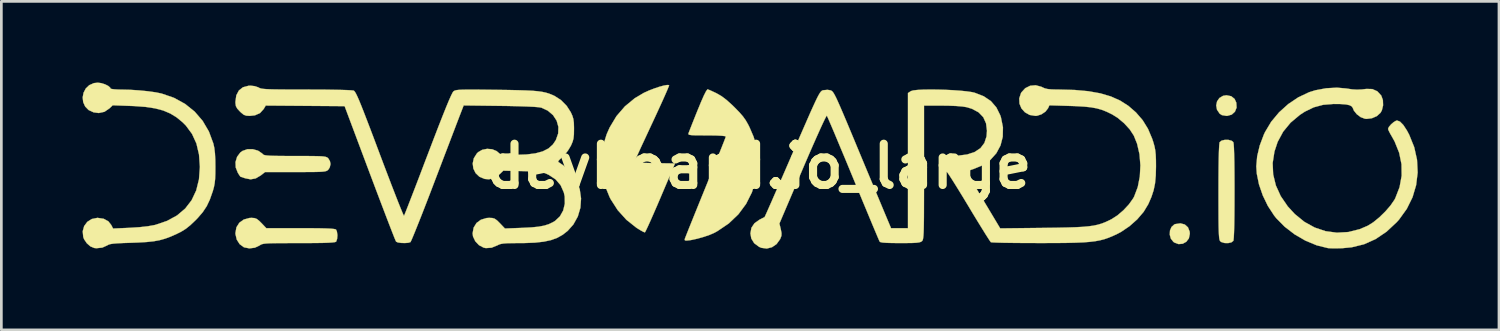
<source format=kicad_pcb>
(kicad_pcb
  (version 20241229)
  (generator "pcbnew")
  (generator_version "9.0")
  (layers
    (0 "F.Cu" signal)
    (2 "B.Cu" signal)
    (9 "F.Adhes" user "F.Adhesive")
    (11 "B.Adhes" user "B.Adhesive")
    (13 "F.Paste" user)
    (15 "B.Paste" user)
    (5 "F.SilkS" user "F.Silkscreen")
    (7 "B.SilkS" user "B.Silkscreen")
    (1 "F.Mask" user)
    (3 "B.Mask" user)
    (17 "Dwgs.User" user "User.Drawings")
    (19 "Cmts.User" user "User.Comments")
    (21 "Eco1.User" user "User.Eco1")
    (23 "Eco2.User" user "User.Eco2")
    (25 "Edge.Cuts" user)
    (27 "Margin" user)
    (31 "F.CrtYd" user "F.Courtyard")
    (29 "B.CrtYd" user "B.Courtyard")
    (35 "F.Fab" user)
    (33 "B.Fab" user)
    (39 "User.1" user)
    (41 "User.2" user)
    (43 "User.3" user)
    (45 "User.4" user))
  (footprint "devboard.io_large"
    (layer "F.Cu")
    (at 24.995 3.095)
    (property "Reference" "devboard.io_large" (at 0 0 0) (layer "F.SilkS") (effects (font (size 1.524 1.524) (thickness 0.3))))
    (attr through_hole)
    (fp_poly (pts (xy 17.447 -2.59) (xy 17.573 -2.488) (xy 17.635 -2.351) (xy 17.645 -2.169) (xy 17.584 -2.018) (xy 17.466 -1.911) (xy 17.301 -1.864) (xy 17.272 -1.863) (xy 17.102 -1.892) (xy 17.019 -1.946) (xy 16.921 -2.092) (xy 16.892 -2.25) (xy 16.924 -2.4) (xy 17.011 -2.525) (xy 17.146 -2.605) (xy 17.272 -2.625) (xy 17.447 -2.59)) (stroke (width 0.01) (type solid)) (fill yes) (layer "F.SilkS"))
    (fp_poly (pts (xy 15.732 2.15) (xy 15.849 2.255) (xy 15.911 2.414) (xy 15.917 2.494) (xy 15.882 2.662) (xy 15.788 2.787) (xy 15.654 2.861) (xy 15.5 2.874) (xy 15.345 2.816) (xy 15.311 2.792) (xy 15.217 2.674) (xy 15.176 2.527) (xy 15.184 2.374) (xy 15.241 2.24) (xy 15.342 2.149) (xy 15.377 2.135) (xy 15.57 2.107) (xy 15.732 2.15)) (stroke (width 0.01) (type solid)) (fill yes) (layer "F.SilkS"))
    (fp_poly (pts (xy 17.347 -0.976) (xy 17.463 -0.944) (xy 17.525 -0.892) (xy 17.537 -0.826) (xy 17.547 -0.678) (xy 17.555 -0.451) (xy 17.562 -0.148) (xy 17.566 0.229) (xy 17.568 0.675) (xy 17.568 0.931) (xy 17.567 1.413) (xy 17.564 1.826) (xy 17.559 2.167) (xy 17.551 2.434) (xy 17.542 2.622) (xy 17.531 2.731) (xy 17.525 2.754) (xy 17.453 2.81) (xy 17.333 2.837) (xy 17.2 2.834) (xy 17.084 2.799) (xy 17.042 2.77) (xy 17.026 2.745) (xy 17.012 2.702) (xy 17.001 2.633) (xy 16.993 2.53) (xy 16.986 2.386) (xy 16.981 2.193) (xy 16.978 1.943) (xy 16.977 1.629) (xy 16.976 1.243) (xy 16.976 0.947) (xy 16.977 0.462) (xy 16.98 0.047) (xy 16.985 -0.297) (xy 16.993 -0.565) (xy 17.002 -0.756) (xy 17.013 -0.867) (xy 17.019 -0.892) (xy 17.093 -0.95) (xy 17.212 -0.978) (xy 17.347 -0.976)) (stroke (width 0.01) (type solid)) (fill yes) (layer "F.SilkS"))
    (fp_poly (pts (xy -18.639 1.913) (xy -18.553 1.947) (xy -18.459 2.023) (xy -18.387 2.095) (xy -18.205 2.286) (xy -16.943 2.286) (xy -16.549 2.287) (xy -16.234 2.29) (xy -15.992 2.296) (xy -15.816 2.304) (xy -15.7 2.316) (xy -15.64 2.33) (xy -15.629 2.337) (xy -15.597 2.409) (xy -15.58 2.526) (xy -15.579 2.561) (xy -15.59 2.683) (xy -15.62 2.772) (xy -15.629 2.786) (xy -15.67 2.801) (xy -15.762 2.813) (xy -15.912 2.823) (xy -16.124 2.83) (xy -16.406 2.834) (xy -16.763 2.836) (xy -17.007 2.836) (xy -17.378 2.837) (xy -17.674 2.838) (xy -17.904 2.84) (xy -18.078 2.844) (xy -18.205 2.851) (xy -18.296 2.861) (xy -18.359 2.875) (xy -18.405 2.893) (xy -18.442 2.916) (xy -18.453 2.924) (xy -18.628 3.007) (xy -18.83 3.032) (xy -19.022 2.995) (xy -19.039 2.987) (xy -19.191 2.875) (xy -19.298 2.706) (xy -19.345 2.502) (xy -19.346 2.462) (xy -19.309 2.253) (xy -19.203 2.085) (xy -19.039 1.967) (xy -18.829 1.909) (xy -18.749 1.905) (xy -18.639 1.913)) (stroke (width 0.01) (type solid)) (fill yes) (layer "F.SilkS"))
    (fp_poly (pts (xy -18.513 -0.579) (xy -18.357 -0.474) (xy -18.333 -0.447) (xy -18.306 -0.427) (xy -18.258 -0.411) (xy -18.179 -0.4) (xy -18.059 -0.391) (xy -17.889 -0.386) (xy -17.659 -0.383) (xy -17.36 -0.381) (xy -17.14 -0.381) (xy -16.799 -0.381) (xy -16.533 -0.379) (xy -16.331 -0.376) (xy -16.183 -0.371) (xy -16.08 -0.362) (xy -16.01 -0.349) (xy -15.964 -0.332) (xy -15.932 -0.31) (xy -15.917 -0.296) (xy -15.854 -0.19) (xy -15.833 -0.085) (xy -15.861 0.04) (xy -15.917 0.127) (xy -15.947 0.152) (xy -15.985 0.172) (xy -16.042 0.187) (xy -16.127 0.198) (xy -16.252 0.205) (xy -16.427 0.209) (xy -16.661 0.211) (xy -16.965 0.212) (xy -17.126 0.212) (xy -18.251 0.212) (xy -18.407 0.334) (xy -18.597 0.447) (xy -18.786 0.481) (xy -18.986 0.442) (xy -19.092 0.405) (xy -19.156 0.384) (xy -19.163 0.382) (xy -19.187 0.349) (xy -19.239 0.269) (xy -19.258 0.238) (xy -19.335 0.044) (xy -19.343 -0.159) (xy -19.285 -0.35) (xy -19.168 -0.508) (xy -19.086 -0.568) (xy -18.907 -0.631) (xy -18.706 -0.633) (xy -18.513 -0.579)) (stroke (width 0.01) (type solid)) (fill yes) (layer "F.SilkS"))
    (fp_poly (pts (xy -3.325 -3) (xy -3.322 -2.997) (xy -3.334 -2.955) (xy -3.379 -2.846) (xy -3.452 -2.677) (xy -3.55 -2.457) (xy -3.669 -2.195) (xy -3.805 -1.9) (xy -3.953 -1.581) (xy -3.958 -1.572) (xy -4.107 -1.251) (xy -4.245 -0.955) (xy -4.367 -0.693) (xy -4.468 -0.472) (xy -4.546 -0.302) (xy -4.596 -0.191) (xy -4.614 -0.148) (xy -4.614 -0.148) (xy -4.574 -0.141) (xy -4.463 -0.134) (xy -4.294 -0.128) (xy -4.08 -0.122) (xy -3.859 -0.117) (xy -3.104 -0.106) (xy -3.643 1.163) (xy -3.774 1.469) (xy -3.896 1.749) (xy -4.004 1.994) (xy -4.095 2.195) (xy -4.164 2.342) (xy -4.206 2.425) (xy -4.218 2.441) (xy -4.268 2.424) (xy -4.369 2.37) (xy -4.499 2.29) (xy -4.53 2.27) (xy -4.9 1.976) (xy -5.221 1.62) (xy -5.483 1.213) (xy -5.523 1.133) (xy -5.712 0.668) (xy -5.817 0.206) (xy -5.838 -0.256) (xy -5.775 -0.72) (xy -5.628 -1.189) (xy -5.517 -1.438) (xy -5.268 -1.853) (xy -4.955 -2.216) (xy -4.586 -2.52) (xy -4.255 -2.715) (xy -4.073 -2.798) (xy -3.879 -2.873) (xy -3.69 -2.937) (xy -3.522 -2.983) (xy -3.395 -3.005) (xy -3.325 -3)) (stroke (width 0.01) (type solid)) (fill yes) (layer "F.SilkS"))
    (fp_poly (pts (xy -1.833 -2.819) (xy -1.718 -2.768) (xy -1.575 -2.701) (xy -1.566 -2.696) (xy -1.387 -2.593) (xy -1.197 -2.449) (xy -0.979 -2.252) (xy -0.907 -2.181) (xy -0.726 -1.996) (xy -0.593 -1.843) (xy -0.49 -1.698) (xy -0.4 -1.54) (xy -0.35 -1.439) (xy -0.201 -1.092) (xy -0.105 -0.774) (xy -0.057 -0.455) (xy -0.05 -0.106) (xy -0.054 -0.01) (xy -0.12 0.492) (xy -0.262 0.96) (xy -0.478 1.388) (xy -0.763 1.773) (xy -1.116 2.109) (xy -1.532 2.391) (xy -1.674 2.468) (xy -1.838 2.538) (xy -2.052 2.61) (xy -2.28 2.674) (xy -2.489 2.72) (xy -2.556 2.731) (xy -2.679 2.744) (xy -2.736 2.738) (xy -2.747 2.707) (xy -2.742 2.681) (xy -2.722 2.627) (xy -2.673 2.503) (xy -2.599 2.316) (xy -2.502 2.076) (xy -2.387 1.79) (xy -2.255 1.465) (xy -2.112 1.112) (xy -1.974 0.773) (xy -1.823 0.401) (xy -1.682 0.053) (xy -1.554 -0.264) (xy -1.443 -0.542) (xy -1.352 -0.772) (xy -1.283 -0.947) (xy -1.241 -1.059) (xy -1.228 -1.1) (xy -1.269 -1.117) (xy -1.391 -1.13) (xy -1.588 -1.139) (xy -1.855 -1.143) (xy -1.929 -1.143) (xy -2.188 -1.144) (xy -2.373 -1.146) (xy -2.496 -1.152) (xy -2.57 -1.163) (xy -2.604 -1.179) (xy -2.61 -1.202) (xy -2.607 -1.217) (xy -2.584 -1.278) (xy -2.535 -1.404) (xy -2.465 -1.582) (xy -2.379 -1.798) (xy -2.282 -2.04) (xy -2.268 -2.074) (xy -2.141 -2.381) (xy -2.04 -2.611) (xy -1.963 -2.763) (xy -1.912 -2.837) (xy -1.897 -2.844) (xy -1.833 -2.819)) (stroke (width 0.01) (type solid)) (fill yes) (layer "F.SilkS"))
    (fp_poly (pts (xy -24.301 -3.073) (xy -24.163 -3.029) (xy -24.046 -2.97) (xy -23.973 -2.907) (xy -23.961 -2.875) (xy -23.921 -2.858) (xy -23.816 -2.845) (xy -23.664 -2.836) (xy -23.569 -2.835) (xy -23.237 -2.827) (xy -22.898 -2.805) (xy -22.575 -2.773) (xy -22.29 -2.733) (xy -22.077 -2.689) (xy -21.617 -2.531) (xy -21.208 -2.307) (xy -20.853 -2.022) (xy -20.558 -1.68) (xy -20.326 -1.285) (xy -20.162 -0.842) (xy -20.162 -0.842) (xy -20.126 -0.678) (xy -20.103 -0.483) (xy -20.09 -0.238) (xy -20.087 0.021) (xy -20.089 0.279) (xy -20.097 0.474) (xy -20.114 0.63) (xy -20.141 0.769) (xy -20.181 0.914) (xy -20.187 0.93) (xy -20.292 1.23) (xy -20.408 1.474) (xy -20.552 1.691) (xy -20.74 1.91) (xy -20.829 2.001) (xy -21.015 2.177) (xy -21.178 2.308) (xy -21.349 2.414) (xy -21.515 2.497) (xy -21.74 2.597) (xy -21.945 2.673) (xy -22.149 2.73) (xy -22.369 2.77) (xy -22.625 2.797) (xy -22.934 2.815) (xy -23.197 2.825) (xy -23.483 2.834) (xy -23.696 2.844) (xy -23.85 2.856) (xy -23.957 2.872) (xy -24.031 2.893) (xy -24.083 2.921) (xy -24.086 2.923) (xy -24.266 3.004) (xy -24.48 3.026) (xy -24.562 3.018) (xy -24.703 2.96) (xy -24.837 2.843) (xy -24.938 2.694) (xy -24.969 2.612) (xy -24.989 2.4) (xy -24.936 2.209) (xy -24.821 2.053) (xy -24.655 1.947) (xy -24.449 1.905) (xy -24.436 1.905) (xy -24.214 1.938) (xy -24.042 2.032) (xy -23.936 2.166) (xy -23.867 2.299) (xy -23.246 2.272) (xy -22.889 2.249) (xy -22.578 2.214) (xy -22.333 2.17) (xy -22.303 2.163) (xy -21.871 2.016) (xy -21.503 1.815) (xy -21.201 1.559) (xy -20.964 1.251) (xy -20.795 0.892) (xy -20.693 0.481) (xy -20.659 0.023) (xy -20.692 -0.436) (xy -20.787 -0.841) (xy -20.949 -1.196) (xy -21.176 -1.504) (xy -21.292 -1.621) (xy -21.516 -1.806) (xy -21.752 -1.951) (xy -22.013 -2.062) (xy -22.313 -2.141) (xy -22.665 -2.195) (xy -23.082 -2.226) (xy -23.212 -2.231) (xy -23.881 -2.255) (xy -23.998 -2.143) (xy -24.185 -2.015) (xy -24.395 -1.969) (xy -24.587 -1.994) (xy -24.772 -2.08) (xy -24.899 -2.211) (xy -24.971 -2.371) (xy -24.99 -2.545) (xy -24.958 -2.718) (xy -24.877 -2.874) (xy -24.749 -2.997) (xy -24.577 -3.074) (xy -24.432 -3.09) (xy -24.301 -3.073)) (stroke (width 0.01) (type solid)) (fill yes) (layer "F.SilkS"))
    (fp_poly (pts (xy 21.696 -2.876) (xy 21.915 -2.843) (xy 22.093 -2.832) (xy 22.272 -2.84) (xy 22.442 -2.86) (xy 22.662 -2.854) (xy 22.845 -2.772) (xy 22.989 -2.616) (xy 22.991 -2.612) (xy 23.051 -2.447) (xy 23.058 -2.253) (xy 23.013 -2.068) (xy 22.962 -1.977) (xy 22.826 -1.855) (xy 22.644 -1.776) (xy 22.449 -1.752) (xy 22.387 -1.758) (xy 22.23 -1.817) (xy 22.085 -1.926) (xy 21.978 -2.06) (xy 21.946 -2.14) (xy 21.907 -2.208) (xy 21.825 -2.256) (xy 21.689 -2.286) (xy 21.489 -2.301) (xy 21.23 -2.304) (xy 20.844 -2.273) (xy 20.497 -2.18) (xy 20.165 -2.019) (xy 19.985 -1.902) (xy 19.639 -1.612) (xy 19.365 -1.279) (xy 19.161 -0.9) (xy 19.044 -0.546) (xy 18.978 -0.122) (xy 18.996 0.297) (xy 19.096 0.707) (xy 19.276 1.102) (xy 19.534 1.479) (xy 19.793 1.761) (xy 20.148 2.05) (xy 20.531 2.262) (xy 20.934 2.397) (xy 21.351 2.452) (xy 21.774 2.428) (xy 22.196 2.322) (xy 22.49 2.196) (xy 22.695 2.068) (xy 22.917 1.887) (xy 23.136 1.674) (xy 23.329 1.452) (xy 23.475 1.241) (xy 23.508 1.18) (xy 23.667 0.77) (xy 23.744 0.349) (xy 23.739 -0.077) (xy 23.652 -0.501) (xy 23.485 -0.916) (xy 23.392 -1.084) (xy 23.316 -1.216) (xy 23.262 -1.323) (xy 23.241 -1.382) (xy 23.273 -1.456) (xy 23.351 -1.548) (xy 23.45 -1.633) (xy 23.541 -1.686) (xy 23.574 -1.693) (xy 23.683 -1.652) (xy 23.805 -1.528) (xy 23.94 -1.322) (xy 24.023 -1.166) (xy 24.208 -0.708) (xy 24.312 -0.24) (xy 24.335 0.23) (xy 24.279 0.694) (xy 24.146 1.143) (xy 23.935 1.57) (xy 23.649 1.967) (xy 23.561 2.065) (xy 23.184 2.417) (xy 22.782 2.688) (xy 22.354 2.88) (xy 21.897 2.992) (xy 21.553 3.025) (xy 21.361 3.03) (xy 21.186 3.03) (xy 21.057 3.025) (xy 21.018 3.021) (xy 20.605 2.919) (xy 20.188 2.746) (xy 19.788 2.514) (xy 19.423 2.233) (xy 19.11 1.916) (xy 19.03 1.815) (xy 18.8 1.463) (xy 18.612 1.074) (xy 18.473 0.67) (xy 18.392 0.274) (xy 18.373 0) (xy 18.406 -0.371) (xy 18.5 -0.768) (xy 18.65 -1.167) (xy 18.696 -1.265) (xy 18.923 -1.645) (xy 19.214 -1.994) (xy 19.554 -2.3) (xy 19.928 -2.551) (xy 20.323 -2.737) (xy 20.553 -2.809) (xy 20.955 -2.884) (xy 21.351 -2.906) (xy 21.696 -2.876)) (stroke (width 0.01) (type solid)) (fill yes) (layer "F.SilkS"))
    (fp_poly (pts (xy -18.633 -2.962) (xy -18.502 -2.918) (xy -18.485 -2.908) (xy -18.45 -2.89) (xy -18.402 -2.875) (xy -18.331 -2.863) (xy -18.23 -2.854) (xy -18.09 -2.847) (xy -17.904 -2.842) (xy -17.663 -2.839) (xy -17.358 -2.837) (xy -16.982 -2.836) (xy -16.726 -2.836) (xy -16.357 -2.835) (xy -16.011 -2.833) (xy -15.7 -2.828) (xy -15.431 -2.823) (xy -15.216 -2.816) (xy -15.064 -2.808) (xy -14.985 -2.8) (xy -14.978 -2.798) (xy -14.954 -2.781) (xy -14.924 -2.741) (xy -14.886 -2.675) (xy -14.838 -2.575) (xy -14.777 -2.436) (xy -14.702 -2.253) (xy -14.609 -2.019) (xy -14.497 -1.729) (xy -14.362 -1.377) (xy -14.203 -0.957) (xy -14.018 -0.464) (xy -14.013 -0.45) (xy -13.855 -0.032) (xy -13.705 0.362) (xy -13.567 0.723) (xy -13.442 1.045) (xy -13.334 1.321) (xy -13.244 1.544) (xy -13.177 1.707) (xy -13.134 1.804) (xy -13.118 1.829) (xy -13.098 1.785) (xy -13.051 1.669) (xy -12.98 1.488) (xy -12.887 1.249) (xy -12.775 0.96) (xy -12.647 0.628) (xy -12.506 0.259) (xy -12.355 -0.139) (xy -12.238 -0.445) (xy -12.028 -0.995) (xy -11.846 -1.467) (xy -11.69 -1.864) (xy -11.561 -2.186) (xy -11.457 -2.436) (xy -11.377 -2.615) (xy -11.322 -2.725) (xy -11.293 -2.766) (xy -11.264 -2.787) (xy -11.226 -2.803) (xy -11.17 -2.816) (xy -11.087 -2.825) (xy -10.969 -2.831) (xy -10.808 -2.834) (xy -10.593 -2.834) (xy -10.318 -2.833) (xy -9.972 -2.829) (xy -9.695 -2.826) (xy -9.262 -2.82) (xy -8.903 -2.812) (xy -8.609 -2.803) (xy -8.37 -2.791) (xy -8.176 -2.774) (xy -8.017 -2.752) (xy -7.884 -2.724) (xy -7.766 -2.689) (xy -7.654 -2.645) (xy -7.554 -2.6) (xy -7.316 -2.446) (xy -7.107 -2.234) (xy -6.956 -1.999) (xy -6.896 -1.866) (xy -6.86 -1.747) (xy -6.842 -1.611) (xy -6.837 -1.427) (xy -6.837 -1.376) (xy -6.84 -1.177) (xy -6.855 -1.033) (xy -6.886 -0.913) (xy -6.94 -0.785) (xy -6.956 -0.753) (xy -7.06 -0.581) (xy -7.192 -0.415) (xy -7.265 -0.343) (xy -7.369 -0.249) (xy -7.417 -0.194) (xy -7.416 -0.161) (xy -7.373 -0.131) (xy -7.361 -0.124) (xy -7.222 -0.027) (xy -7.065 0.116) (xy -6.913 0.281) (xy -6.792 0.441) (xy -6.75 0.512) (xy -6.625 0.845) (xy -6.576 1.188) (xy -6.6 1.529) (xy -6.696 1.854) (xy -6.86 2.149) (xy -7.069 2.384) (xy -7.254 2.529) (xy -7.455 2.642) (xy -7.684 2.726) (xy -7.954 2.784) (xy -8.277 2.82) (xy -8.666 2.835) (xy -8.851 2.836) (xy -9.112 2.838) (xy -9.303 2.842) (xy -9.44 2.852) (xy -9.537 2.868) (xy -9.61 2.891) (xy -9.66 2.917) (xy -9.881 3.007) (xy -10.092 3.022) (xy -10.175 3.005) (xy -10.347 2.914) (xy -10.484 2.769) (xy -10.567 2.594) (xy -10.583 2.477) (xy -10.545 2.266) (xy -10.439 2.094) (xy -10.275 1.973) (xy -10.065 1.911) (xy -9.973 1.905) (xy -9.853 1.91) (xy -9.766 1.936) (xy -9.681 1.997) (xy -9.576 2.101) (xy -9.388 2.298) (xy -8.747 2.274) (xy -8.415 2.257) (xy -8.151 2.231) (xy -7.94 2.192) (xy -7.765 2.137) (xy -7.612 2.063) (xy -7.532 2.014) (xy -7.357 1.849) (xy -7.236 1.633) (xy -7.176 1.383) (xy -7.18 1.115) (xy -7.212 0.967) (xy -7.33 0.7) (xy -7.513 0.485) (xy -7.764 0.319) (xy -7.78 0.311) (xy -7.874 0.267) (xy -7.96 0.236) (xy -8.054 0.214) (xy -8.173 0.199) (xy -8.333 0.189) (xy -8.55 0.182) (xy -8.735 0.177) (xy -9.448 0.161) (xy -9.585 0.293) (xy -9.774 0.428) (xy -9.979 0.48) (xy -10.139 0.466) (xy -10.332 0.385) (xy -10.472 0.251) (xy -10.556 0.081) (xy -10.579 -0.107) (xy -10.538 -0.298) (xy -10.427 -0.474) (xy -10.379 -0.522) (xy -10.228 -0.61) (xy -10.046 -0.646) (xy -9.859 -0.63) (xy -9.698 -0.564) (xy -9.631 -0.508) (xy -9.592 -0.473) (xy -9.539 -0.449) (xy -9.456 -0.435) (xy -9.329 -0.427) (xy -9.142 -0.424) (xy -8.998 -0.423) (xy -8.592 -0.437) (xy -8.259 -0.479) (xy -7.991 -0.552) (xy -7.779 -0.66) (xy -7.617 -0.806) (xy -7.507 -0.97) (xy -7.421 -1.214) (xy -7.413 -1.457) (xy -7.478 -1.687) (xy -7.611 -1.891) (xy -7.805 -2.057) (xy -8.038 -2.166) (xy -8.135 -2.183) (xy -8.313 -2.198) (xy -8.572 -2.21) (xy -8.908 -2.221) (xy -9.319 -2.23) (xy -9.552 -2.233) (xy -10.913 -2.25) (xy -11.05 -1.897) (xy -11.091 -1.79) (xy -11.159 -1.613) (xy -11.25 -1.374) (xy -11.361 -1.083) (xy -11.489 -0.747) (xy -11.631 -0.377) (xy -11.782 0.02) (xy -11.94 0.434) (xy -12.008 0.612) (xy -12.163 1.019) (xy -12.311 1.401) (xy -12.448 1.753) (xy -12.572 2.066) (xy -12.679 2.333) (xy -12.766 2.547) (xy -12.831 2.701) (xy -12.871 2.787) (xy -12.881 2.802) (xy -12.964 2.826) (xy -13.09 2.835) (xy -13.228 2.83) (xy -13.345 2.813) (xy -13.41 2.783) (xy -13.41 2.783) (xy -13.432 2.735) (xy -13.482 2.615) (xy -13.555 2.429) (xy -13.65 2.184) (xy -13.764 1.888) (xy -13.894 1.547) (xy -14.038 1.168) (xy -14.193 0.759) (xy -14.356 0.325) (xy -14.383 0.254) (xy -15.312 -2.223) (xy -18.227 -2.245) (xy -18.302 -2.117) (xy -18.436 -1.969) (xy -18.626 -1.884) (xy -18.82 -1.863) (xy -18.947 -1.871) (xy -19.041 -1.906) (xy -19.14 -1.986) (xy -19.182 -2.027) (xy -19.281 -2.135) (xy -19.33 -2.227) (xy -19.346 -2.339) (xy -19.346 -2.389) (xy -19.314 -2.622) (xy -19.219 -2.801) (xy -19.068 -2.921) (xy -18.863 -2.976) (xy -18.79 -2.98) (xy -18.633 -2.962)) (stroke (width 0.01) (type solid)) (fill yes) (layer "F.SilkS"))
    (fp_poly (pts (xy 10.432 -2.939) (xy 10.467 -2.921) (xy 10.558 -2.881) (xy 10.662 -2.856) (xy 10.802 -2.842) (xy 10.999 -2.836) (xy 11.081 -2.836) (xy 11.66 -2.821) (xy 12.167 -2.775) (xy 12.612 -2.696) (xy 13.001 -2.581) (xy 13.343 -2.428) (xy 13.646 -2.235) (xy 13.919 -1.998) (xy 13.928 -1.99) (xy 14.175 -1.704) (xy 14.37 -1.388) (xy 14.526 -1.02) (xy 14.569 -0.889) (xy 14.612 -0.737) (xy 14.64 -0.593) (xy 14.657 -0.432) (xy 14.665 -0.232) (xy 14.667 0) (xy 14.659 0.343) (xy 14.632 0.629) (xy 14.58 0.883) (xy 14.499 1.13) (xy 14.383 1.397) (xy 14.211 1.682) (xy 13.974 1.959) (xy 13.689 2.212) (xy 13.377 2.423) (xy 13.241 2.495) (xy 13.076 2.572) (xy 12.922 2.636) (xy 12.768 2.69) (xy 12.607 2.732) (xy 12.428 2.766) (xy 12.222 2.791) (xy 11.981 2.81) (xy 11.694 2.822) (xy 11.352 2.83) (xy 10.946 2.834) (xy 10.467 2.835) (xy 10.351 2.835) (xy 9.974 2.834) (xy 9.624 2.832) (xy 9.308 2.829) (xy 9.036 2.825) (xy 8.818 2.819) (xy 8.662 2.813) (xy 8.578 2.807) (xy 8.566 2.804) (xy 8.534 2.762) (xy 8.464 2.655) (xy 8.36 2.492) (xy 8.23 2.282) (xy 8.077 2.034) (xy 7.907 1.755) (xy 7.749 1.492) (xy 7.57 1.195) (xy 7.403 0.922) (xy 7.254 0.682) (xy 7.129 0.483) (xy 7.032 0.333) (xy 6.968 0.24) (xy 6.943 0.212) (xy 6.865 0.173) (xy 6.804 0.075) (xy 6.774 -0.058) (xy 6.773 -0.087) (xy 6.787 -0.2) (xy 6.834 -0.281) (xy 6.928 -0.335) (xy 7.081 -0.37) (xy 7.304 -0.391) (xy 7.345 -0.393) (xy 7.693 -0.438) (xy 7.972 -0.531) (xy 8.183 -0.672) (xy 8.327 -0.863) (xy 8.406 -1.104) (xy 8.422 -1.312) (xy 8.388 -1.588) (xy 8.286 -1.815) (xy 8.114 -1.993) (xy 7.872 -2.124) (xy 7.673 -2.185) (xy 7.514 -2.21) (xy 7.287 -2.229) (xy 7.006 -2.24) (xy 6.763 -2.243) (xy 6.096 -2.244) (xy 6.096 0.226) (xy 6.096 0.746) (xy 6.095 1.189) (xy 6.094 1.559) (xy 6.093 1.865) (xy 6.09 2.112) (xy 6.086 2.307) (xy 6.081 2.457) (xy 6.074 2.568) (xy 6.065 2.648) (xy 6.055 2.701) (xy 6.042 2.736) (xy 6.027 2.758) (xy 6.019 2.766) (xy 5.978 2.792) (xy 5.916 2.811) (xy 5.818 2.824) (xy 5.673 2.832) (xy 5.468 2.835) (xy 5.217 2.836) (xy 4.928 2.834) (xy 4.716 2.828) (xy 4.573 2.818) (xy 4.489 2.802) (xy 4.458 2.783) (xy 4.436 2.736) (xy 4.385 2.617) (xy 4.307 2.433) (xy 4.206 2.193) (xy 4.085 1.903) (xy 3.947 1.57) (xy 3.793 1.2) (xy 3.629 0.803) (xy 3.482 0.446) (xy 3.31 0.03) (xy 3.147 -0.363) (xy 2.995 -0.725) (xy 2.859 -1.051) (xy 2.741 -1.332) (xy 2.643 -1.561) (xy 2.569 -1.733) (xy 2.522 -1.839) (xy 2.504 -1.873) (xy 2.482 -1.842) (xy 2.429 -1.74) (xy 2.35 -1.574) (xy 2.248 -1.352) (xy 2.126 -1.08) (xy 1.987 -0.766) (xy 1.834 -0.416) (xy 1.671 -0.038) (xy 1.611 0.103) (xy 0.753 2.114) (xy 0.804 2.326) (xy 0.831 2.465) (xy 0.828 2.564) (xy 0.791 2.665) (xy 0.777 2.695) (xy 0.648 2.873) (xy 0.479 2.989) (xy 0.287 3.038) (xy 0.088 3.012) (xy 0.003 2.976) (xy -0.179 2.841) (xy -0.286 2.667) (xy -0.318 2.477) (xy -0.281 2.272) (xy -0.169 2.105) (xy 0.019 1.971) (xy 0.025 1.968) (xy 0.129 1.915) (xy 0.196 1.881) (xy 0.206 1.875) (xy 0.225 1.836) (xy 0.275 1.726) (xy 0.352 1.552) (xy 0.455 1.32) (xy 0.578 1.037) (xy 0.721 0.711) (xy 0.88 0.348) (xy 1.051 -0.046) (xy 1.227 -0.453) (xy 1.437 -0.936) (xy 1.616 -1.346) (xy 1.767 -1.691) (xy 1.892 -1.976) (xy 1.996 -2.207) (xy 2.08 -2.389) (xy 2.148 -2.53) (xy 2.202 -2.633) (xy 2.246 -2.707) (xy 2.281 -2.755) (xy 2.312 -2.785) (xy 2.34 -2.802) (xy 2.366 -2.811) (xy 2.53 -2.826) (xy 2.633 -2.81) (xy 2.663 -2.799) (xy 2.692 -2.782) (xy 2.722 -2.753) (xy 2.758 -2.703) (xy 2.8 -2.629) (xy 2.854 -2.523) (xy 2.92 -2.379) (xy 3.003 -2.191) (xy 3.106 -1.952) (xy 3.231 -1.657) (xy 3.381 -1.299) (xy 3.559 -0.872) (xy 3.649 -0.655) (xy 3.822 -0.24) (xy 3.99 0.163) (xy 4.15 0.546) (xy 4.298 0.9) (xy 4.429 1.215) (xy 4.541 1.483) (xy 4.629 1.694) (xy 4.69 1.839) (xy 4.704 1.873) (xy 4.878 2.286) (xy 5.503 2.286) (xy 5.503 -2.707) (xy 5.611 -2.778) (xy 5.696 -2.804) (xy 5.85 -2.822) (xy 6.06 -2.833) (xy 6.311 -2.837) (xy 6.589 -2.835) (xy 6.878 -2.827) (xy 7.165 -2.813) (xy 7.435 -2.794) (xy 7.673 -2.77) (xy 7.866 -2.742) (xy 7.969 -2.718) (xy 8.301 -2.589) (xy 8.567 -2.41) (xy 8.769 -2.176) (xy 8.913 -1.886) (xy 8.939 -1.806) (xy 9.012 -1.44) (xy 9.005 -1.092) (xy 8.922 -0.77) (xy 8.768 -0.483) (xy 8.546 -0.236) (xy 8.262 -0.039) (xy 7.918 0.102) (xy 7.903 0.106) (xy 7.776 0.148) (xy 7.692 0.186) (xy 7.671 0.209) (xy 7.695 0.253) (xy 7.757 0.359) (xy 7.852 0.52) (xy 7.973 0.724) (xy 8.115 0.962) (xy 8.272 1.226) (xy 8.297 1.268) (xy 8.911 2.293) (xy 10.52 2.275) (xy 10.981 2.269) (xy 11.367 2.261) (xy 11.688 2.251) (xy 11.954 2.237) (xy 12.174 2.217) (xy 12.358 2.192) (xy 12.516 2.158) (xy 12.658 2.116) (xy 12.793 2.064) (xy 12.931 2) (xy 13.024 1.954) (xy 13.243 1.813) (xy 13.467 1.621) (xy 13.669 1.403) (xy 13.825 1.183) (xy 13.86 1.118) (xy 13.993 0.768) (xy 14.07 0.376) (xy 14.091 -0.036) (xy 14.058 -0.446) (xy 13.969 -0.834) (xy 13.848 -1.134) (xy 13.697 -1.365) (xy 13.489 -1.592) (xy 13.25 -1.792) (xy 13.05 -1.917) (xy 12.854 -2.013) (xy 12.669 -2.087) (xy 12.479 -2.141) (xy 12.265 -2.18) (xy 12.012 -2.206) (xy 11.7 -2.224) (xy 11.492 -2.231) (xy 10.729 -2.254) (xy 10.678 -2.143) (xy 10.582 -2.02) (xy 10.435 -1.921) (xy 10.269 -1.867) (xy 10.212 -1.863) (xy 9.999 -1.898) (xy 9.825 -1.996) (xy 9.696 -2.139) (xy 9.623 -2.315) (xy 9.614 -2.508) (xy 9.678 -2.702) (xy 9.695 -2.732) (xy 9.837 -2.887) (xy 10.019 -2.977) (xy 10.223 -2.995) (xy 10.432 -2.939)) (stroke (width 0.01) (type solid)) (fill yes) (layer "F.SilkS")))
  (gr_rect
    (start -3 -3)
    (end 52.335 9.138)
    (stroke (width 0.1) (type default))
    (fill no)
    (layer "Edge.Cuts")))
</source>
